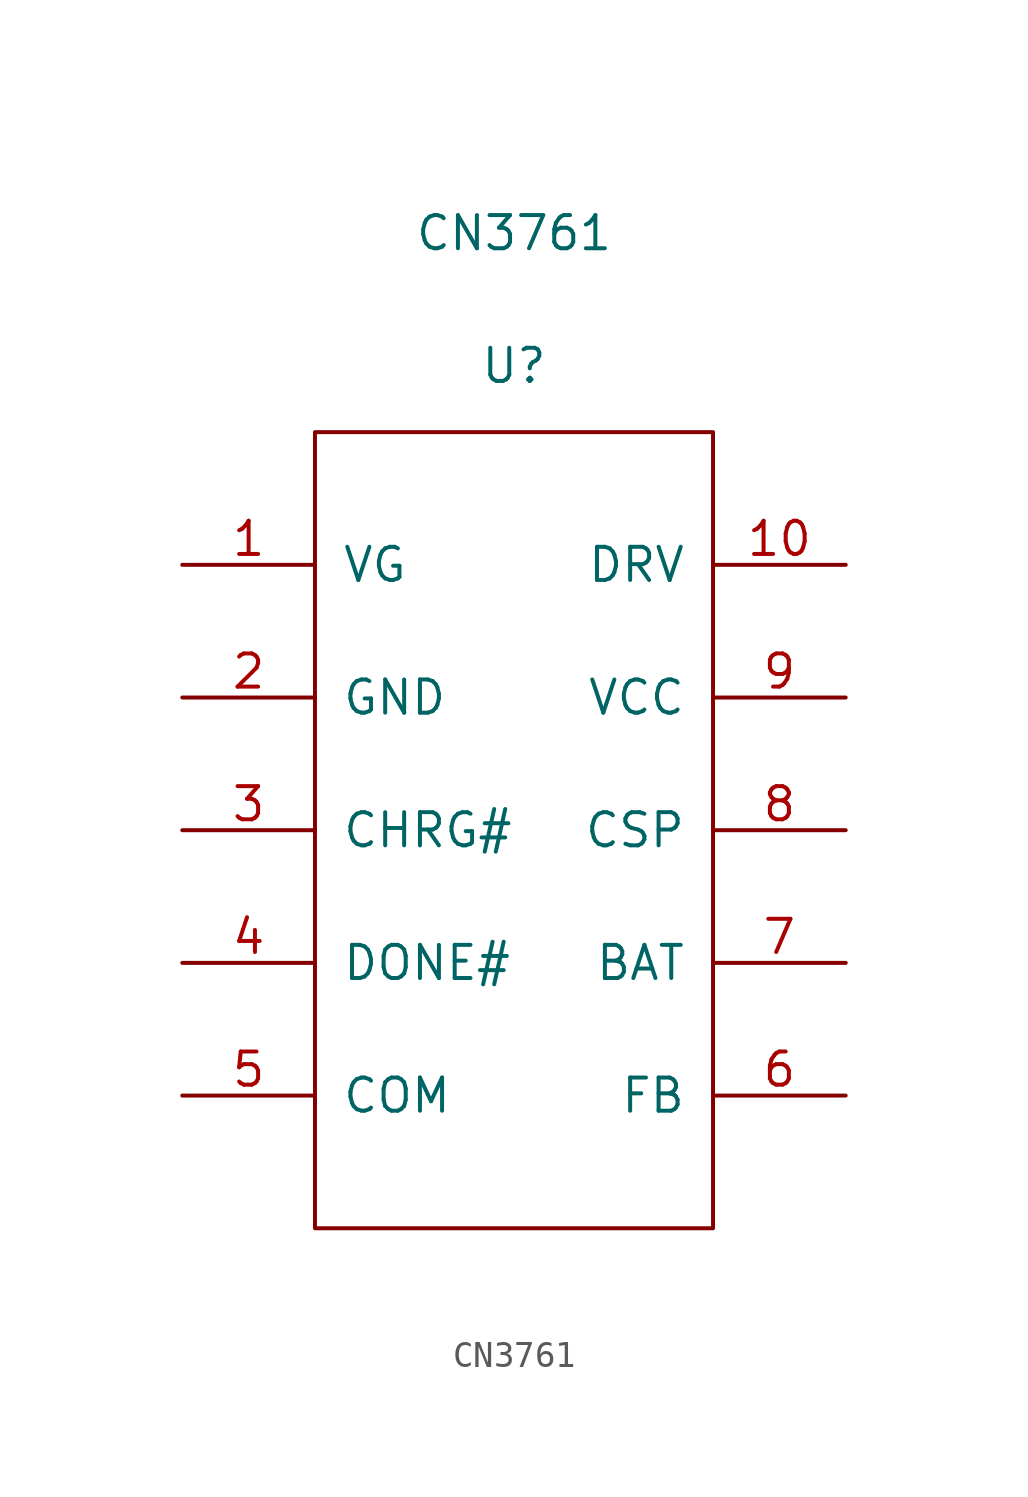
<source format=kicad_sym>
(kicad_symbol_lib
  (version 20211014)
  (generator kicad_symbol_editor)
  (symbol "CN3761"
    (pin_names
      (offset 1.016))
    (property "Reference" "U"
      (at 0 17.78 0)
      (effects (font (size 1.27 1.27))))
    (property "Value" "CN3761"
      (at 0 22.86 0)
      (effects (font (size 1.27 1.27))))
    (symbol "CN3761_1_1"
      (rectangle (start -7.62 15.24) (end 7.62 -15.24) (stroke (width 0.152) (type default) (color 0 0 0 0)) (fill (type none)))
      (pin input line (at -12.7 10.16 0) (length 5.08) (name "VG" (effects (font (size 1.27 1.27)))) (number "1" (effects (font (size 1.27 1.27)))))
      (pin input line (at 12.7 10.16 180) (length 5.08) (name "DRV" (effects (font (size 1.27 1.27)))) (number "10" (effects (font (size 1.27 1.27)))))
      (pin input line (at -12.7 5.08 0) (length 5.08) (name "GND" (effects (font (size 1.27 1.27)))) (number "2" (effects (font (size 1.27 1.27)))))
      (pin input line (at -12.7 0 0) (length 5.08) (name "CHRG#" (effects (font (size 1.27 1.27)))) (number "3" (effects (font (size 1.27 1.27)))))
      (pin input line (at -12.7 -5.08 0) (length 5.08) (name "DONE#" (effects (font (size 1.27 1.27)))) (number "4" (effects (font (size 1.27 1.27)))))
      (pin input line (at -12.7 -10.16 0) (length 5.08) (name "COM" (effects (font (size 1.27 1.27)))) (number "5" (effects (font (size 1.27 1.27)))))
      (pin input line (at 12.7 -10.16 180) (length 5.08) (name "FB" (effects (font (size 1.27 1.27)))) (number "6" (effects (font (size 1.27 1.27)))))
      (pin input line (at 12.7 -5.08 180) (length 5.08) (name "BAT" (effects (font (size 1.27 1.27)))) (number "7" (effects (font (size 1.27 1.27)))))
      (pin input line (at 12.7 0 180) (length 5.08) (name "CSP" (effects (font (size 1.27 1.27)))) (number "8" (effects (font (size 1.27 1.27)))))
      (pin input line (at 12.7 5.08 180) (length 5.08) (name "VCC" (effects (font (size 1.27 1.27)))) (number "9" (effects (font (size 1.27 1.27))))))))
</source>
